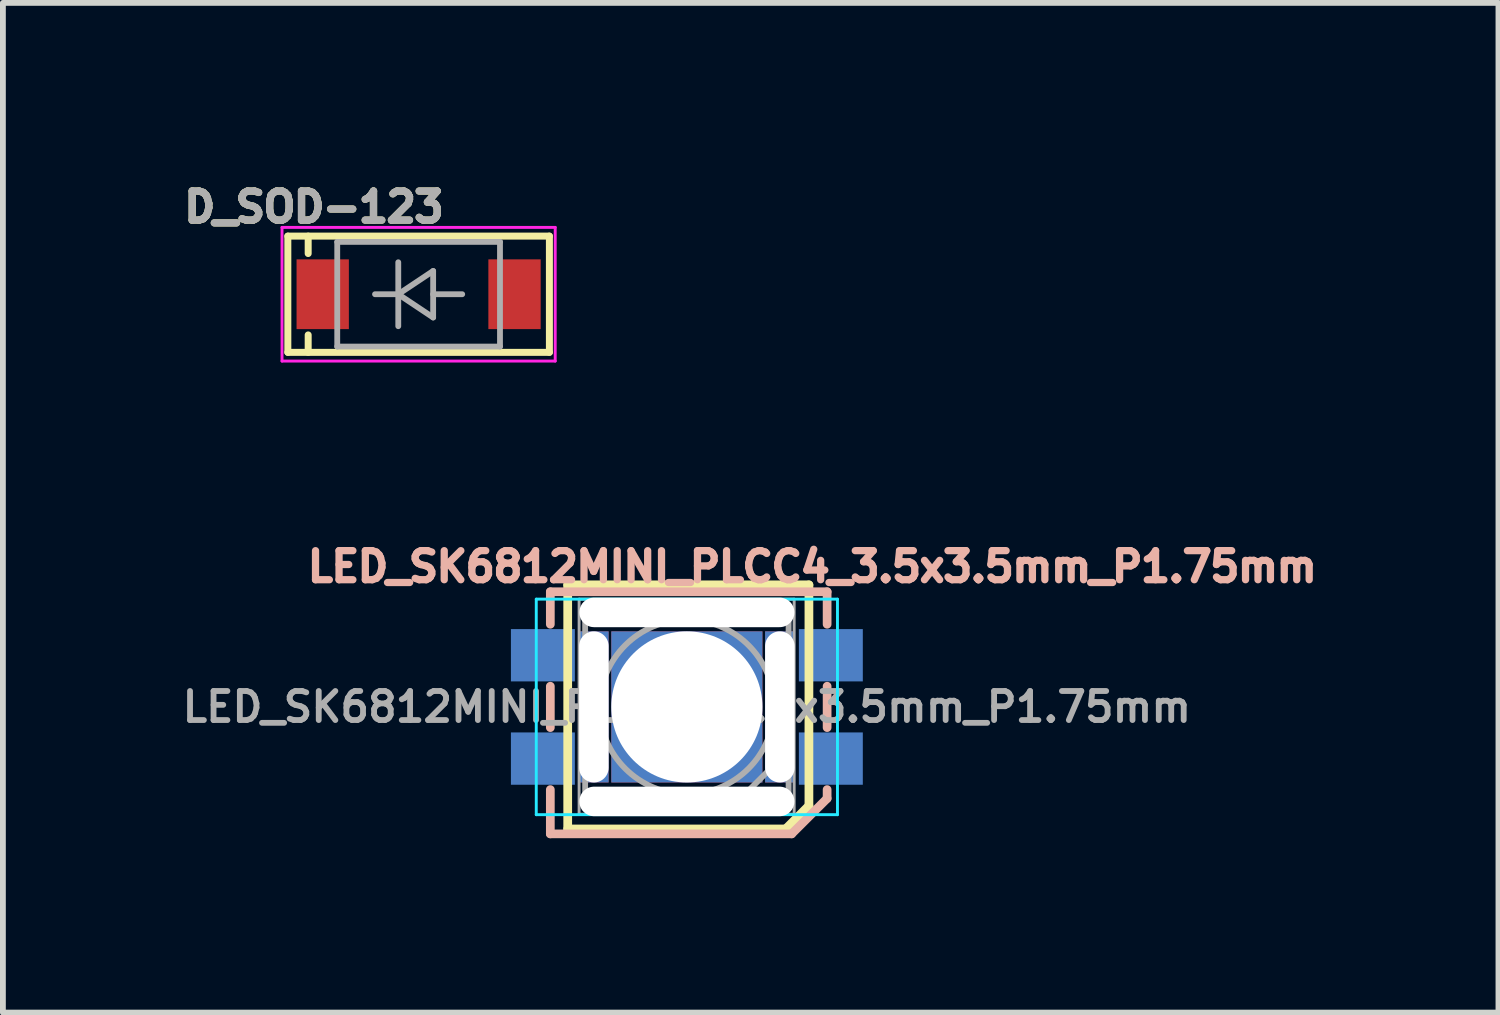
<source format=kicad_pcb>
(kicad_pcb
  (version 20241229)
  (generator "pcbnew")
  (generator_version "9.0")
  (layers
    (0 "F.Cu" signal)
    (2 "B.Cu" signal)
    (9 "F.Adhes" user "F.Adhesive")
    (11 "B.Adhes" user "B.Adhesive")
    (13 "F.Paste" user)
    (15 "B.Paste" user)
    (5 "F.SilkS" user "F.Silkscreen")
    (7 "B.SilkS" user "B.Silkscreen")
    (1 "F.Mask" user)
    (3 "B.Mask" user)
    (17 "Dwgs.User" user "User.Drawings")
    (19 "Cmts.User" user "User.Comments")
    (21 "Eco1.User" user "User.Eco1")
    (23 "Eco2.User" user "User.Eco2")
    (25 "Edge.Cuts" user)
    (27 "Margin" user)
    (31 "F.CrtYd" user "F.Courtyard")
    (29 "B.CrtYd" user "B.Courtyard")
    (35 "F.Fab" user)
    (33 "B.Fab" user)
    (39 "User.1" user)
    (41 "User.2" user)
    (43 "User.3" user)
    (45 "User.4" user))
  (footprint "D_SOD-123"
    (layer "F.Cu")
    (at 4.152 2.012)
    (property "Reference" "D_SOD-123" (at -1.8 -1.5 0) (layer "F.SilkS") (effects (font (size 0.5 0.5) (thickness 0.125))))
    (attr smd)
    (fp_line (start -2.25 -1) (end -2.25 1) (stroke (width 0.12) (type solid)) (layer "F.SilkS"))
    (fp_line (start -2.25 -1) (end 2.25 -1) (stroke (width 0.12) (type solid)) (layer "F.SilkS"))
    (fp_line (start -2.25 1) (end 2.25 1) (stroke (width 0.12) (type solid)) (layer "F.SilkS"))
    (fp_line (start -1.9 -1) (end -1.9 -0.7) (stroke (width 0.12) (type solid)) (layer "F.SilkS"))
    (fp_line (start -1.9 0.7) (end -1.9 1) (stroke (width 0.12) (type solid)) (layer "F.SilkS"))
    (fp_line (start 2.25 -1) (end 2.25 1) (stroke (width 0.12) (type solid)) (layer "F.SilkS"))
    (fp_line (start -2.35 -1.15) (end -2.35 1.15) (stroke (width 0.05) (type solid)) (layer "F.CrtYd"))
    (fp_line (start -2.35 -1.15) (end 2.35 -1.15) (stroke (width 0.05) (type solid)) (layer "F.CrtYd"))
    (fp_line (start 2.35 -1.15) (end 2.35 1.15) (stroke (width 0.05) (type solid)) (layer "F.CrtYd"))
    (fp_line (start 2.35 1.15) (end -2.35 1.15) (stroke (width 0.05) (type solid)) (layer "F.CrtYd"))
    (fp_line (start -1.4 -0.9) (end 1.4 -0.9) (stroke (width 0.1) (type solid)) (layer "F.Fab"))
    (fp_line (start -1.4 0.9) (end -1.4 -0.9) (stroke (width 0.1) (type solid)) (layer "F.Fab"))
    (fp_line (start -0.75 0) (end -0.35 0) (stroke (width 0.1) (type solid)) (layer "F.Fab"))
    (fp_line (start -0.35 0) (end -0.35 -0.55) (stroke (width 0.1) (type solid)) (layer "F.Fab"))
    (fp_line (start -0.35 0) (end -0.35 0.55) (stroke (width 0.1) (type solid)) (layer "F.Fab"))
    (fp_line (start -0.35 0) (end 0.25 -0.4) (stroke (width 0.1) (type solid)) (layer "F.Fab"))
    (fp_line (start 0.25 -0.4) (end 0.25 0.4) (stroke (width 0.1) (type solid)) (layer "F.Fab"))
    (fp_line (start 0.25 0) (end 0.75 0) (stroke (width 0.1) (type solid)) (layer "F.Fab"))
    (fp_line (start 0.25 0.4) (end -0.35 0) (stroke (width 0.1) (type solid)) (layer "F.Fab"))
    (fp_line (start 1.4 -0.9) (end 1.4 0.9) (stroke (width 0.1) (type solid)) (layer "F.Fab"))
    (fp_line (start 1.4 0.9) (end -1.4 0.9) (stroke (width 0.1) (type solid)) (layer "F.Fab"))
    (fp_text user "${REFERENCE}" (at -1.8 -1.5 0) (layer "F.Fab") (effects (font (size 0.5 0.5) (thickness 0.125))))
    (pad "1" smd rect (at -1.65 0) (size 0.9 1.2) (layers "F.Cu" "F.Mask" "F.Paste"))
    (pad "2" smd rect (at 1.65 0) (size 0.9 1.2) (layers "F.Cu" "F.Mask" "F.Paste")))
  (footprint "LED_SK6812MINI_PLCC4_3.5x3.5mm_P1.75mm"
    (layer "F.Cu")
    (at 8.767 9.112)
    (property "Reference" "LED_SK6812MINI_PLCC4_3.5x3.5mm_P1.75mm" (at 2.159 -2.413 0) (layer "B.SilkS") (effects (font (size 0.5 0.5) (thickness 0.125))))
    (attr smd)
    (fp_line (start -2.05 -2.1) (end 2.1 -2.1) (stroke (width 0.15) (type solid)) (layer "F.SilkS"))
    (fp_line (start -2.05 2.1) (end -2.05 -2.1) (stroke (width 0.15) (type solid)) (layer "F.SilkS"))
    (fp_line (start 1.7 2.1) (end -2.05 2.1) (stroke (width 0.15) (type solid)) (layer "F.SilkS"))
    (fp_line (start 1.7 2.1) (end 2.1 1.7) (stroke (width 0.15) (type solid)) (layer "F.SilkS"))
    (fp_line (start 2.1 -2.1) (end 2.1 1.7) (stroke (width 0.15) (type solid)) (layer "F.SilkS"))
    (fp_line (start -2.349 -1.981) (end 2.413 -1.981) (stroke (width 0.15) (type solid)) (layer "B.SilkS"))
    (fp_line (start -2.349 -1.422) (end -2.349 -1.981) (stroke (width 0.15) (type solid)) (layer "B.SilkS"))
    (fp_line (start -2.349 0.356) (end -2.349 -0.356) (stroke (width 0.15) (type solid)) (layer "B.SilkS"))
    (fp_line (start -2.349 2.184) (end -2.349 1.422) (stroke (width 0.15) (type solid)) (layer "B.SilkS"))
    (fp_line (start 1.803 2.184) (end -2.349 2.184) (stroke (width 0.15) (type solid)) (layer "B.SilkS"))
    (fp_line (start 2.413 -1.422) (end 2.413 -1.981) (stroke (width 0.15) (type solid)) (layer "B.SilkS"))
    (fp_line (start 2.413 0.356) (end 2.413 -0.356) (stroke (width 0.15) (type solid)) (layer "B.SilkS"))
    (fp_line (start 2.413 1.575) (end 1.803 2.184) (stroke (width 0.15) (type solid)) (layer "B.SilkS"))
    (fp_line (start 2.413 1.575) (end 2.413 1.422) (stroke (width 0.15) (type solid)) (layer "B.SilkS"))
    (fp_line (start -2.591 -1.854) (end -2.591 1.854) (stroke (width 0.05) (type solid)) (layer "B.CrtYd"))
    (fp_line (start -2.591 1.854) (end 2.591 1.854) (stroke (width 0.05) (type solid)) (layer "B.CrtYd"))
    (fp_line (start 2.591 -1.854) (end -2.591 -1.854) (stroke (width 0.05) (type solid)) (layer "B.CrtYd"))
    (fp_line (start 2.591 1.854) (end 2.591 -1.854) (stroke (width 0.05) (type solid)) (layer "B.CrtYd"))
    (fp_line (start -1.854 -1.854) (end -1.854 1.846) (stroke (width 0.05) (type solid)) (layer "F.Fab"))
    (fp_line (start -1.854 -1.854) (end 1.846 -1.854) (stroke (width 0.05) (type solid)) (layer "F.Fab"))
    (fp_line (start -1.75 -1.75) (end -1.75 1.75) (stroke (width 0.1) (type solid)) (layer "F.Fab"))
    (fp_line (start -1.75 1.75) (end 1.75 1.75) (stroke (width 0.1) (type solid)) (layer "F.Fab"))
    (fp_line (start 1.75 -1.75) (end -1.75 -1.75) (stroke (width 0.1) (type solid)) (layer "F.Fab"))
    (fp_line (start 1.75 0.75) (end 0.75 1.75) (stroke (width 0.1) (type solid)) (layer "F.Fab"))
    (fp_line (start 1.75 1.75) (end 1.75 -1.75) (stroke (width 0.1) (type solid)) (layer "F.Fab"))
    (fp_line (start 1.846 1.846) (end -1.854 1.846) (stroke (width 0.05) (type solid)) (layer "F.Fab"))
    (fp_line (start 1.846 1.846) (end 1.846 -1.854) (stroke (width 0.05) (type solid)) (layer "F.Fab"))
    (fp_circle (center 0 0) (end 0 -1.5) (stroke (width 0.1) (type solid)) (fill no) (layer "F.Fab"))
    (fp_text user "${REFERENCE}" (at 0 0 0) (layer "F.Fab") (effects (font (size 0.5 0.5) (thickness 0.1))))
    (pad "" np_thru_hole rect (at -1.6 0 180) (size 0.508 2.6) (drill oval 0.508 2.6) (layers "*.Cu" "*.Mask"))
    (pad "" np_thru_hole oval (at 0 -1.626 90) (size 0.508 3.7) (drill oval 0.508 3.7) (layers "*.Cu" "*.Mask"))
    (pad "" np_thru_hole rect (at 0 0 180) (size 2.6 2.6) (drill oval 2.6) (layers "*.Cu" "*.Mask"))
    (pad "" np_thru_hole oval (at 0 1.626 90) (size 0.508 3.7) (drill oval 0.508 3.7) (layers "*.Cu" "*.Mask"))
    (pad "" np_thru_hole rect (at 1.6 0 180) (size 0.508 2.6) (drill oval 0.508 2.6) (layers "*.Cu" "*.Mask"))
    (pad "1" smd rect (at -2.477 -0.889) (size 1.1 0.9) (layers "B.Cu" "B.Mask" "B.Paste"))
    (pad "2" smd rect (at -2.477 0.889) (size 1.1 0.9) (layers "B.Cu" "B.Mask" "B.Paste"))
    (pad "3" smd rect (at 2.477 0.889) (size 1.1 0.9) (layers "B.Cu" "B.Mask" "B.Paste"))
    (pad "4" smd rect (at 2.477 -0.889) (size 1.1 0.9) (layers "B.Cu" "B.Mask" "B.Paste")))
  (gr_rect
    (start -3 -3)
    (end 22.73 14.371)
    (stroke (width 0.1) (type default))
    (fill no)
    (layer "Edge.Cuts")))
</source>
